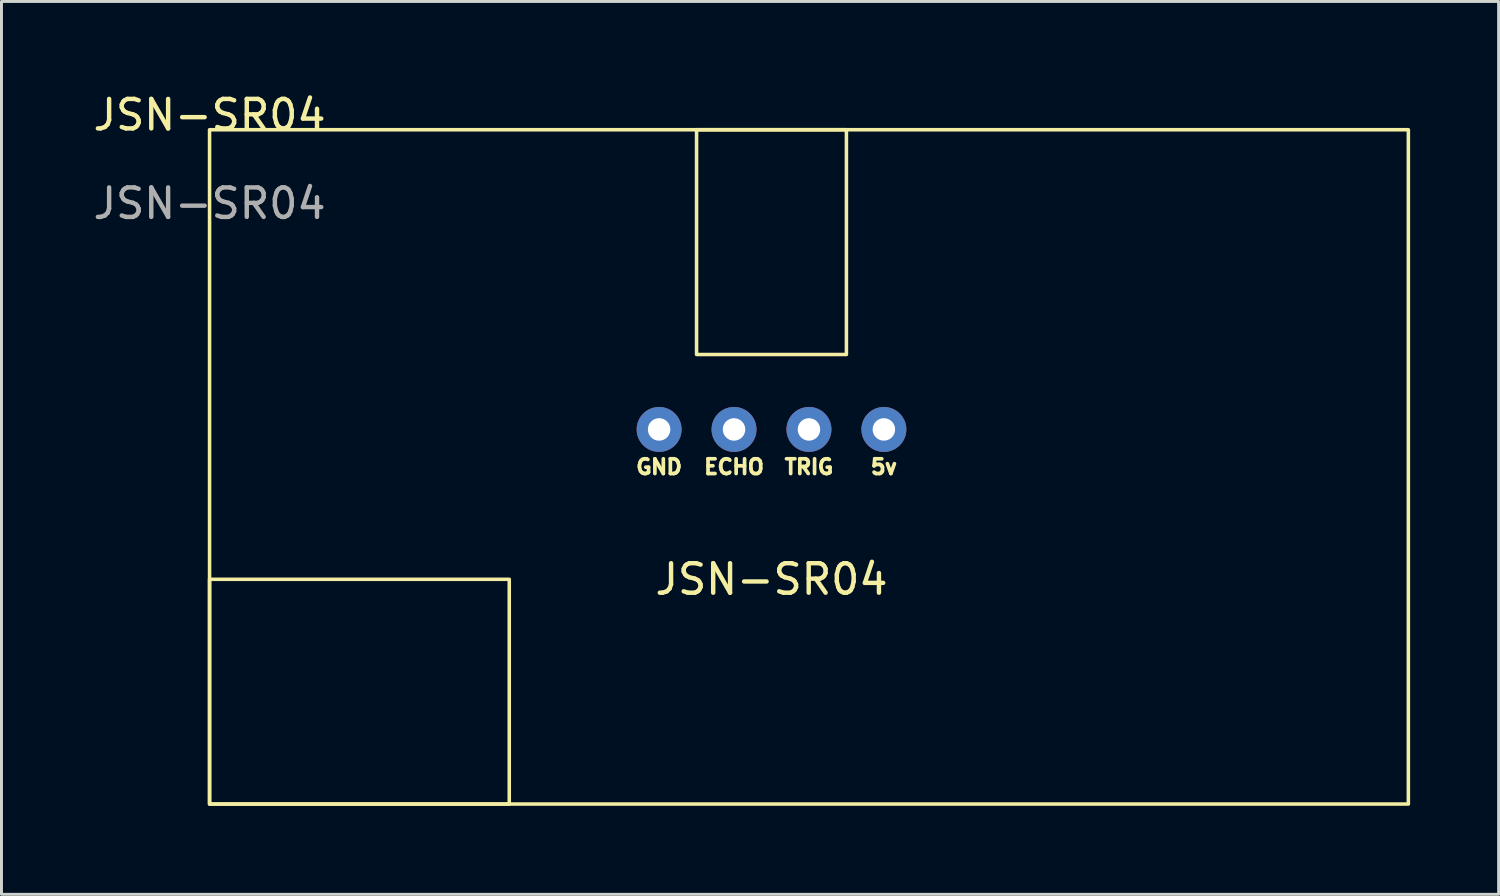
<source format=kicad_pcb>
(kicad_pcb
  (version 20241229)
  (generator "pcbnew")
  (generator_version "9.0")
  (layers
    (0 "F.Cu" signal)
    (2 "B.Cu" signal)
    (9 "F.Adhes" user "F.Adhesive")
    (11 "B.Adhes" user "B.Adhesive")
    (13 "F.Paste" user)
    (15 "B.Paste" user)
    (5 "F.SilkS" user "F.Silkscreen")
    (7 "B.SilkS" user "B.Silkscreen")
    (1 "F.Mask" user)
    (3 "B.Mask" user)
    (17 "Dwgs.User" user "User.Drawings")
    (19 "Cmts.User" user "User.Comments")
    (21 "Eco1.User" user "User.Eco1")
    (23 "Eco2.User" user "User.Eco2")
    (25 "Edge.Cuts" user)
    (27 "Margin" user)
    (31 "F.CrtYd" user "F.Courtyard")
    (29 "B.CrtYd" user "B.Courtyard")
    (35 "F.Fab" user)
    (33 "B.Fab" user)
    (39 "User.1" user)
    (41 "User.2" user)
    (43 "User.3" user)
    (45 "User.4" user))
  (footprint "JSN-SR04"
    (layer "F.Cu")
    (at 4.054 1.348)
    (property "Reference" "JSN-SR04" (at 0 -0.5 0) (unlocked yes) (layer "F.SilkS") (effects (font (size 1 1) (thickness 0.15))))
    (attr through_hole)
    (fp_rect (start 0 0) (end 40.64 22.86) (stroke (width 0.12) (type solid)) (fill no) (layer "F.SilkS"))
    (fp_rect (start 10.16 22.86) (end 0 15.24) (stroke (width 0.12) (type solid)) (fill no) (layer "F.SilkS"))
    (fp_rect (start 16.51 0) (end 21.59 7.62) (stroke (width 0.12) (type solid)) (fill no) (layer "F.SilkS"))
    (fp_text user "GND" (at 15.24 11.43 0) (unlocked yes) (layer "F.SilkS") (effects (font (size 0.5 0.5) (thickness 0.125))))
    (fp_text user "ECHO" (at 17.78 11.43 0) (unlocked yes) (layer "F.SilkS") (effects (font (size 0.5 0.5) (thickness 0.125))))
    (fp_text user "TRIG" (at 20.32 11.43 0) (unlocked yes) (layer "F.SilkS") (effects (font (size 0.5 0.5) (thickness 0.125))))
    (fp_text user "JSN-SR04" (at 19.05 15.24 0) (unlocked yes) (layer "F.SilkS") (effects (font (size 1 1) (thickness 0.15))))
    (fp_text user "5v" (at 22.86 11.43 0) (unlocked yes) (layer "F.SilkS") (effects (font (size 0.5 0.5) (thickness 0.125))))
    (fp_text user "${REFERENCE}" (at 0 2.5 0) (unlocked yes) (layer "F.Fab") (effects (font (size 1 1) (thickness 0.15))))
    (pad "1" thru_hole circle (at 22.86 10.16) (size 1.524 1.524) (drill 0.762) (layers "*.Cu" "*.Mask"))
    (pad "2" thru_hole circle (at 20.32 10.16) (size 1.524 1.524) (drill 0.762) (layers "*.Cu" "*.Mask"))
    (pad "3" thru_hole circle (at 17.78 10.16) (size 1.524 1.524) (drill 0.762) (layers "*.Cu" "*.Mask"))
    (pad "4" thru_hole circle (at 15.24 10.16) (size 1.524 1.524) (drill 0.762) (layers "*.Cu" "*.Mask")))
  (gr_rect
    (start -3 -3)
    (end 47.754 27.268)
    (stroke (width 0.1) (type default))
    (fill no)
    (layer "Edge.Cuts")))
</source>
